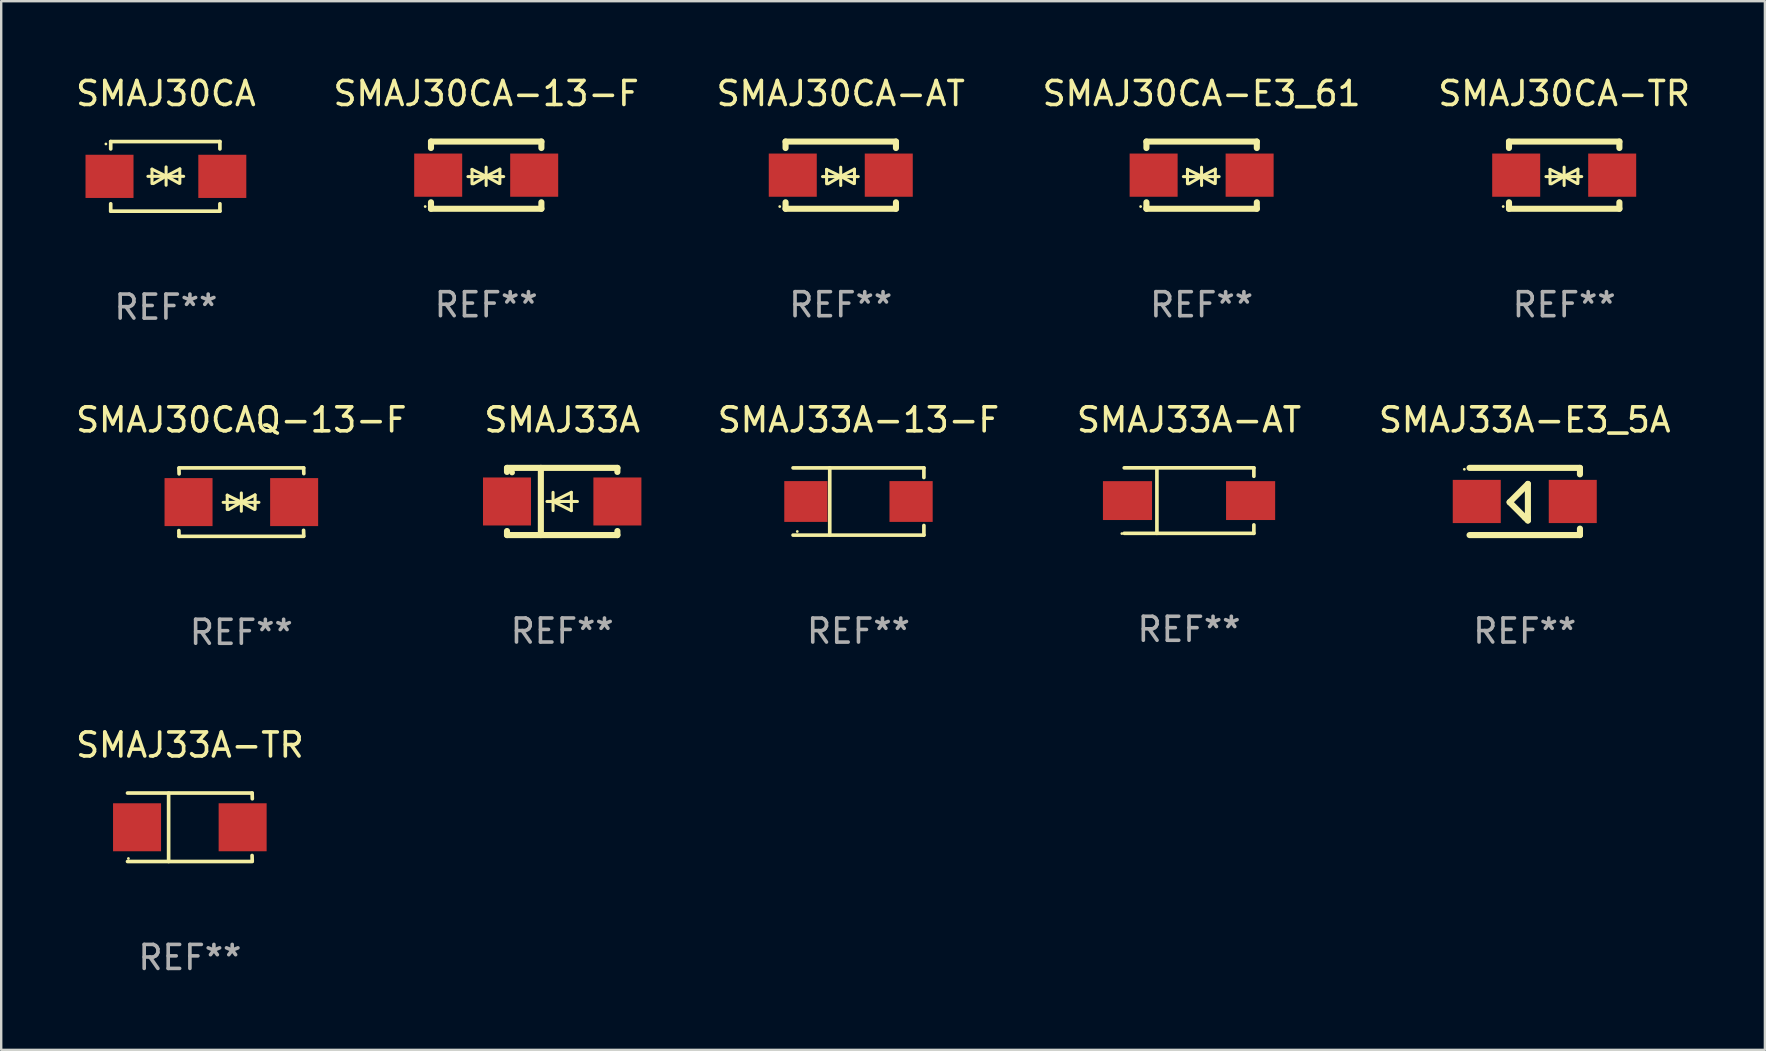
<source format=kicad_pcb>
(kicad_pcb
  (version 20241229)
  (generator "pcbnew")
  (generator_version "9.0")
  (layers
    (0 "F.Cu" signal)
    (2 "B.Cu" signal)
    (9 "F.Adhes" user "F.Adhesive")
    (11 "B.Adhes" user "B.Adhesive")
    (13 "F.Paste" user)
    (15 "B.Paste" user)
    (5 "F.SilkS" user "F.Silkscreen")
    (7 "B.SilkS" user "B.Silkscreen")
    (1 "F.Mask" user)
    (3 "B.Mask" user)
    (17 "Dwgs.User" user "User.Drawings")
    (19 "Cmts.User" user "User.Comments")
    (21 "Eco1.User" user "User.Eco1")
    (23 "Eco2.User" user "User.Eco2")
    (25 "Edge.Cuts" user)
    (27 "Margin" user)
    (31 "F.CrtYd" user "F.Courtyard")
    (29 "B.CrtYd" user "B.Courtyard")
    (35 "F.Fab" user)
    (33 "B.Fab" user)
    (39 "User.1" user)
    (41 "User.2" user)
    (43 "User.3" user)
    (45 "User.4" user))
  (footprint "SMAJ33A"
    (layer "F.Cu")
    (at 20.375 17.845)
    (property "Reference" "SMAJ33A" (at 0 -3.4 0) (layer "F.SilkS") (effects (font (size 1 1) (thickness 0.15))))
    (attr through_hole)
    (fp_line (start -2.3 -1.4) (end -2.3 -1.231) (stroke (width 0.254) (type solid)) (layer "F.SilkS"))
    (fp_line (start -2.3 -1.4) (end 2.3 -1.4) (stroke (width 0.254) (type solid)) (layer "F.SilkS"))
    (fp_line (start -2.3 1.231) (end -2.3 1.4) (stroke (width 0.254) (type solid)) (layer "F.SilkS"))
    (fp_line (start -2.3 1.4) (end 2.3 1.4) (stroke (width 0.254) (type solid)) (layer "F.SilkS"))
    (fp_line (start -0.889 1.4) (end -0.889 -1.4) (stroke (width 0.254) (type solid)) (layer "F.SilkS"))
    (fp_line (start -0.381 0) (end -0.381 -0.381) (stroke (width 0.127) (type solid)) (layer "F.SilkS"))
    (fp_line (start -0.381 0) (end -0.381 0.381) (stroke (width 0.127) (type solid)) (layer "F.SilkS"))
    (fp_line (start 0.381 -0.381) (end -0.381 0) (stroke (width 0.127) (type solid)) (layer "F.SilkS"))
    (fp_line (start 0.381 0) (end 0.381 -0.381) (stroke (width 0.127) (type solid)) (layer "F.SilkS"))
    (fp_line (start 0.381 0) (end 0.381 0.381) (stroke (width 0.127) (type solid)) (layer "F.SilkS"))
    (fp_line (start 0.381 0.381) (end -0.381 0) (stroke (width 0.127) (type solid)) (layer "F.SilkS"))
    (fp_line (start 0.635 0) (end -0.635 0) (stroke (width 0.127) (type solid)) (layer "F.SilkS"))
    (fp_line (start 2.3 -1.4) (end 2.3 -1.231) (stroke (width 0.254) (type solid)) (layer "F.SilkS"))
    (fp_line (start 2.3 1.231) (end 2.3 1.4) (stroke (width 0.254) (type solid)) (layer "F.SilkS"))
    (fp_circle (center -2.088 -1.208) (end -2.028 -1.208) (stroke (width 0.12) (type solid)) (fill no) (layer "F.SilkS"))
    (fp_text user "REF**" (at 0 5.4 0) (layer "F.Fab") (effects (font (size 1 1) (thickness 0.15))))
    (pad "1" smd rect (at -2.3 0 180) (size 2 2) (layers "F.Cu" "F.Mask" "F.Paste"))
    (pad "2" smd rect (at 2.3 0 180) (size 2 2) (layers "F.Cu" "F.Mask" "F.Paste")))
  (footprint "SMAJ33A-E3_5A"
    (layer "F.Cu")
    (at 60.482 17.845)
    (property "Reference" "SMAJ33A-E3_5A" (at 0 -3.4 0) (layer "F.SilkS") (effects (font (size 1 1) (thickness 0.15))))
    (attr through_hole)
    (fp_line (start -2.3 -1.4) (end 2.3 -1.4) (stroke (width 0.254) (type solid)) (layer "F.SilkS"))
    (fp_line (start -2.3 1.4) (end 2.3 1.4) (stroke (width 0.254) (type solid)) (layer "F.SilkS"))
    (fp_line (start -0.631 0.03) (end 0.131 -0.732) (stroke (width 0.254) (type solid)) (layer "F.SilkS"))
    (fp_line (start 0.004 0.665) (end -0.631 0.03) (stroke (width 0.254) (type solid)) (layer "F.SilkS"))
    (fp_line (start 0.131 -0.732) (end 0.131 0.665) (stroke (width 0.254) (type solid)) (layer "F.SilkS"))
    (fp_line (start 0.131 0.665) (end 0.131 0.792) (stroke (width 0.254) (type solid)) (layer "F.SilkS"))
    (fp_line (start 0.131 0.792) (end 0.004 0.665) (stroke (width 0.254) (type solid)) (layer "F.SilkS"))
    (fp_line (start 2.3 -1.4) (end 2.3 -1.131) (stroke (width 0.254) (type solid)) (layer "F.SilkS"))
    (fp_line (start 2.3 1.131) (end 2.3 1.4) (stroke (width 0.254) (type solid)) (layer "F.SilkS"))
    (fp_circle (center -2.517 -1.342) (end -2.487 -1.342) (stroke (width 0.06) (type solid)) (fill no) (layer "F.SilkS"))
    (fp_text user "REF**" (at 0 5.4 0) (layer "F.Fab") (effects (font (size 1 1) (thickness 0.15))))
    (pad "1" smd rect (at -2 -0.000127) (size 2 1.8) (layers "F.Cu" "F.Mask" "F.Paste"))
    (pad "2" smd rect (at 2 -0.000127) (size 2 1.8) (layers "F.Cu" "F.Mask" "F.Paste")))
  (footprint "SMAJ33A-AT"
    (layer "F.Cu")
    (at 46.494 17.808)
    (property "Reference" "SMAJ33A-AT" (at 0 -3.364 0) (layer "F.SilkS") (effects (font (size 1 1) (thickness 0.15))))
    (attr through_hole)
    (fp_line (start -2.701 -1.364) (end 2.701 -1.364) (stroke (width 0.152) (type solid)) (layer "F.SilkS"))
    (fp_line (start -2.701 1.364) (end 2.701 1.364) (stroke (width 0.152) (type solid)) (layer "F.SilkS"))
    (fp_line (start -1.339 -1.364) (end -1.339 1.364) (stroke (width 0.152) (type solid)) (layer "F.SilkS"))
    (fp_line (start 2.701 -1.364) (end 2.701 -1.013) (stroke (width 0.152) (type solid)) (layer "F.SilkS"))
    (fp_line (start 2.701 1.364) (end 2.701 1.013) (stroke (width 0.152) (type solid)) (layer "F.SilkS"))
    (fp_circle (center -2.8 1.375) (end -2.77 1.375) (stroke (width 0.06) (type solid)) (fill no) (layer "F.SilkS"))
    (fp_text user "REF**" (at 0 5.364 0) (layer "F.Fab") (effects (font (size 1 1) (thickness 0.15))))
    (pad "1" smd rect (at -2.565 -0.000025) (size 2.046 1.62) (layers "F.Cu" "F.Mask" "F.Paste"))
    (pad "2" smd rect (at 2.565 -0.000025) (size 2.046 1.62) (layers "F.Cu" "F.Mask" "F.Paste")))
  (footprint "SMAJ30CA-13-F"
    (layer "F.Cu")
    (at 17.208 4.248)
    (property "Reference" "SMAJ30CA-13-F" (at 0 -3.4 0) (layer "F.SilkS") (effects (font (size 1 1) (thickness 0.15))))
    (attr through_hole)
    (fp_line (start -2.3 -1.4) (end -2.3 -1.131) (stroke (width 0.254) (type solid)) (layer "F.SilkS"))
    (fp_line (start -2.3 -1.4) (end 2.3 -1.4) (stroke (width 0.254) (type solid)) (layer "F.SilkS"))
    (fp_line (start -2.3 1.131) (end -2.3 1.4) (stroke (width 0.254) (type solid)) (layer "F.SilkS"))
    (fp_line (start -2.3 1.4) (end 2.3 1.4) (stroke (width 0.254) (type solid)) (layer "F.SilkS"))
    (fp_line (start -0.76 0.06) (end 0.73 0.06) (stroke (width 0.127) (type solid)) (layer "F.SilkS"))
    (fp_line (start -0.59 -0.24) (end -0.59 0.36) (stroke (width 0.127) (type solid)) (layer "F.SilkS"))
    (fp_line (start -0.59 -0.24) (end -0.002 0.049) (stroke (width 0.127) (type solid)) (layer "F.SilkS"))
    (fp_line (start -0.53 0.36) (end -0.002 0.049) (stroke (width 0.127) (type solid)) (layer "F.SilkS"))
    (fp_line (start -0.002 0.049) (end -0.002 -0.332) (stroke (width 0.127) (type solid)) (layer "F.SilkS"))
    (fp_line (start -0.002 0.049) (end -0.002 0.43) (stroke (width 0.127) (type solid)) (layer "F.SilkS"))
    (fp_line (start 0.54 0.35) (end -0.002 0.049) (stroke (width 0.127) (type solid)) (layer "F.SilkS"))
    (fp_line (start 0.57 -0.25) (end -0.002 0.049) (stroke (width 0.127) (type solid)) (layer "F.SilkS"))
    (fp_line (start 0.57 -0.25) (end 0.57 0.35) (stroke (width 0.127) (type solid)) (layer "F.SilkS"))
    (fp_line (start 2.3 -1.4) (end 2.3 -1.131) (stroke (width 0.254) (type solid)) (layer "F.SilkS"))
    (fp_line (start 2.3 1.131) (end 2.3 1.4) (stroke (width 0.254) (type solid)) (layer "F.SilkS"))
    (fp_circle (center -2.542 1.308) (end -2.512 1.308) (stroke (width 0.06) (type solid)) (fill no) (layer "F.SilkS"))
    (fp_text user "REF**" (at 0 5.4 0) (layer "F.Fab") (effects (font (size 1 1) (thickness 0.15))))
    (pad "1" smd rect (at -2 0) (size 2 1.8) (layers "F.Cu" "F.Mask" "F.Paste"))
    (pad "2" smd rect (at 2 0) (size 2 1.8) (layers "F.Cu" "F.Mask" "F.Paste")))
  (footprint "SMAJ33A-13-F"
    (layer "F.Cu")
    (at 32.72 17.846)
    (property "Reference" "SMAJ33A-13-F" (at 0 -3.401 0) (layer "F.SilkS") (effects (font (size 1 1) (thickness 0.15))))
    (attr through_hole)
    (fp_line (start -2.726 -1.401) (end 2.726 -1.401) (stroke (width 0.152) (type solid)) (layer "F.SilkS"))
    (fp_line (start -2.726 1.401) (end 2.726 1.401) (stroke (width 0.152) (type solid)) (layer "F.SilkS"))
    (fp_line (start -1.197 -1.401) (end -1.197 1.401) (stroke (width 0.152) (type solid)) (layer "F.SilkS"))
    (fp_line (start 2.726 -1.401) (end 2.726 -1) (stroke (width 0.152) (type solid)) (layer "F.SilkS"))
    (fp_line (start 2.726 1.401) (end 2.726 1) (stroke (width 0.152) (type solid)) (layer "F.SilkS"))
    (fp_circle (center -2.55 1.25) (end -2.52 1.25) (stroke (width 0.06) (type solid)) (fill no) (layer "F.SilkS"))
    (fp_text user "REF**" (at 0 5.401 0) (layer "F.Fab") (effects (font (size 1 1) (thickness 0.15))))
    (pad "1" smd rect (at -2.192 0) (size 1.8 1.7) (layers "F.Cu" "F.Mask" "F.Paste"))
    (pad "2" smd rect (at 2.192 0) (size 1.8 1.7) (layers "F.Cu" "F.Mask" "F.Paste")))
  (footprint "SMAJ33A-TR"
    (layer "F.Cu")
    (at 4.863 31.42)
    (property "Reference" "SMAJ33A-TR" (at 0 -3.426 0) (layer "F.SilkS") (effects (font (size 1 1) (thickness 0.15))))
    (attr through_hole)
    (fp_line (start -2.6 -1.426) (end 2.593 -1.426) (stroke (width 0.152) (type solid)) (layer "F.SilkS"))
    (fp_line (start -2.6 1.426) (end 2.593 1.426) (stroke (width 0.152) (type solid)) (layer "F.SilkS"))
    (fp_line (start -0.887 -1.426) (end -0.887 1.426) (stroke (width 0.152) (type solid)) (layer "F.SilkS"))
    (fp_line (start 2.59 1.176) (end 2.597 1.415) (stroke (width 0.152) (type solid)) (layer "F.SilkS"))
    (fp_line (start 2.593 -1.426) (end 2.6 -1.187) (stroke (width 0.152) (type solid)) (layer "F.SilkS"))
    (fp_circle (center -2.563 1.3) (end -2.533 1.3) (stroke (width 0.06) (type solid)) (fill no) (layer "F.SilkS"))
    (fp_text user "REF**" (at 0 5.426 0) (layer "F.Fab") (effects (font (size 1 1) (thickness 0.15))))
    (pad "1" smd rect (at -2.203 -0.000025 180) (size 2 2) (layers "F.Cu" "F.Mask" "F.Paste"))
    (pad "2" smd rect (at 2.197 -0.000025 180) (size 2 2) (layers "F.Cu" "F.Mask" "F.Paste")))
  (footprint "SMAJ30CA-AT"
    (layer "F.Cu")
    (at 31.982 4.248)
    (property "Reference" "SMAJ30CA-AT" (at 0 -3.4 0) (layer "F.SilkS") (effects (font (size 1 1) (thickness 0.15))))
    (attr through_hole)
    (fp_line (start -2.3 -1.4) (end -2.3 -1.131) (stroke (width 0.254) (type solid)) (layer "F.SilkS"))
    (fp_line (start -2.3 -1.4) (end 2.3 -1.4) (stroke (width 0.254) (type solid)) (layer "F.SilkS"))
    (fp_line (start -2.3 1.131) (end -2.3 1.4) (stroke (width 0.254) (type solid)) (layer "F.SilkS"))
    (fp_line (start -2.3 1.4) (end 2.3 1.4) (stroke (width 0.254) (type solid)) (layer "F.SilkS"))
    (fp_line (start -0.76 0.06) (end 0.73 0.06) (stroke (width 0.127) (type solid)) (layer "F.SilkS"))
    (fp_line (start -0.59 -0.24) (end -0.59 0.36) (stroke (width 0.127) (type solid)) (layer "F.SilkS"))
    (fp_line (start -0.59 -0.24) (end -0.002 0.049) (stroke (width 0.127) (type solid)) (layer "F.SilkS"))
    (fp_line (start -0.53 0.36) (end -0.002 0.049) (stroke (width 0.127) (type solid)) (layer "F.SilkS"))
    (fp_line (start -0.002 0.049) (end -0.002 -0.332) (stroke (width 0.127) (type solid)) (layer "F.SilkS"))
    (fp_line (start -0.002 0.049) (end -0.002 0.43) (stroke (width 0.127) (type solid)) (layer "F.SilkS"))
    (fp_line (start 0.54 0.35) (end -0.002 0.049) (stroke (width 0.127) (type solid)) (layer "F.SilkS"))
    (fp_line (start 0.57 -0.25) (end -0.002 0.049) (stroke (width 0.127) (type solid)) (layer "F.SilkS"))
    (fp_line (start 0.57 -0.25) (end 0.57 0.35) (stroke (width 0.127) (type solid)) (layer "F.SilkS"))
    (fp_line (start 2.3 -1.4) (end 2.3 -1.131) (stroke (width 0.254) (type solid)) (layer "F.SilkS"))
    (fp_line (start 2.3 1.131) (end 2.3 1.4) (stroke (width 0.254) (type solid)) (layer "F.SilkS"))
    (fp_circle (center -2.542 1.308) (end -2.512 1.308) (stroke (width 0.06) (type solid)) (fill no) (layer "F.SilkS"))
    (fp_text user "REF**" (at 0 5.4 0) (layer "F.Fab") (effects (font (size 1 1) (thickness 0.15))))
    (pad "1" smd rect (at -2 0) (size 2 1.8) (layers "F.Cu" "F.Mask" "F.Paste"))
    (pad "2" smd rect (at 2 0) (size 2 1.8) (layers "F.Cu" "F.Mask" "F.Paste")))
  (footprint "SMAJ30CA"
    (layer "F.Cu")
    (at 3.863 4.298)
    (property "Reference" "SMAJ30CA" (at 0 -3.45 0) (layer "F.SilkS") (effects (font (size 1 1) (thickness 0.15))))
    (attr through_hole)
    (fp_line (start -2.3 -1.45) (end -2.3 -1.143) (stroke (width 0.152) (type solid)) (layer "F.SilkS"))
    (fp_line (start -2.3 -1.45) (end 2.25 -1.45) (stroke (width 0.152) (type solid)) (layer "F.SilkS"))
    (fp_line (start -2.3 1.45) (end -2.3 1.143) (stroke (width 0.152) (type solid)) (layer "F.SilkS"))
    (fp_line (start -0.75 0.000025) (end 0.74 0.000025) (stroke (width 0.127) (type solid)) (layer "F.SilkS"))
    (fp_line (start -0.58 -0.3) (end -0.58 0.3) (stroke (width 0.127) (type solid)) (layer "F.SilkS"))
    (fp_line (start -0.58 -0.3) (end 0.008 -0.011) (stroke (width 0.127) (type solid)) (layer "F.SilkS"))
    (fp_line (start -0.52 0.3) (end 0.008 -0.011) (stroke (width 0.127) (type solid)) (layer "F.SilkS"))
    (fp_line (start 0.008 -0.011) (end 0.008 -0.392) (stroke (width 0.127) (type solid)) (layer "F.SilkS"))
    (fp_line (start 0.008 -0.011) (end 0.008 0.37) (stroke (width 0.127) (type solid)) (layer "F.SilkS"))
    (fp_line (start 0.55 0.29) (end 0.008 -0.011) (stroke (width 0.127) (type solid)) (layer "F.SilkS"))
    (fp_line (start 0.58 -0.31) (end 0.008 -0.011) (stroke (width 0.127) (type solid)) (layer "F.SilkS"))
    (fp_line (start 0.58 -0.31) (end 0.58 0.29) (stroke (width 0.127) (type solid)) (layer "F.SilkS"))
    (fp_line (start 2.25 -1.45) (end 2.25 -1.143) (stroke (width 0.152) (type solid)) (layer "F.SilkS"))
    (fp_line (start 2.25 1.45) (end -2.3 1.45) (stroke (width 0.152) (type solid)) (layer "F.SilkS"))
    (fp_line (start 2.25 1.45) (end 2.25 1.143) (stroke (width 0.152) (type solid)) (layer "F.SilkS"))
    (fp_circle (center -2.5 -1.35) (end -2.47 -1.35) (stroke (width 0.06) (type solid)) (fill no) (layer "F.SilkS"))
    (fp_text user "REF**" (at 0 5.45 0) (layer "F.Fab") (effects (font (size 1 1) (thickness 0.15))))
    (pad "1" smd rect (at -2.35 -0.000025) (size 2 1.8) (layers "F.Cu" "F.Mask" "F.Paste"))
    (pad "2" smd rect (at 2.35 -0.000025) (size 2 1.8) (layers "F.Cu" "F.Mask" "F.Paste")))
  (footprint "SMAJ30CA-TR"
    (layer "F.Cu")
    (at 62.125 4.248)
    (property "Reference" "SMAJ30CA-TR" (at 0 -3.4 0) (layer "F.SilkS") (effects (font (size 1 1) (thickness 0.15))))
    (attr through_hole)
    (fp_line (start -2.3 -1.4) (end -2.3 -1.131) (stroke (width 0.254) (type solid)) (layer "F.SilkS"))
    (fp_line (start -2.3 -1.4) (end 2.3 -1.4) (stroke (width 0.254) (type solid)) (layer "F.SilkS"))
    (fp_line (start -2.3 1.131) (end -2.3 1.4) (stroke (width 0.254) (type solid)) (layer "F.SilkS"))
    (fp_line (start -2.3 1.4) (end 2.3 1.4) (stroke (width 0.254) (type solid)) (layer "F.SilkS"))
    (fp_line (start -0.76 0.06) (end 0.73 0.06) (stroke (width 0.127) (type solid)) (layer "F.SilkS"))
    (fp_line (start -0.59 -0.24) (end -0.59 0.36) (stroke (width 0.127) (type solid)) (layer "F.SilkS"))
    (fp_line (start -0.59 -0.24) (end -0.002 0.049) (stroke (width 0.127) (type solid)) (layer "F.SilkS"))
    (fp_line (start -0.53 0.36) (end -0.002 0.049) (stroke (width 0.127) (type solid)) (layer "F.SilkS"))
    (fp_line (start -0.002 0.049) (end -0.002 -0.332) (stroke (width 0.127) (type solid)) (layer "F.SilkS"))
    (fp_line (start -0.002 0.049) (end -0.002 0.43) (stroke (width 0.127) (type solid)) (layer "F.SilkS"))
    (fp_line (start 0.54 0.35) (end -0.002 0.049) (stroke (width 0.127) (type solid)) (layer "F.SilkS"))
    (fp_line (start 0.57 -0.25) (end -0.002 0.049) (stroke (width 0.127) (type solid)) (layer "F.SilkS"))
    (fp_line (start 0.57 -0.25) (end 0.57 0.35) (stroke (width 0.127) (type solid)) (layer "F.SilkS"))
    (fp_line (start 2.3 -1.4) (end 2.3 -1.131) (stroke (width 0.254) (type solid)) (layer "F.SilkS"))
    (fp_line (start 2.3 1.131) (end 2.3 1.4) (stroke (width 0.254) (type solid)) (layer "F.SilkS"))
    (fp_circle (center -2.542 1.308) (end -2.512 1.308) (stroke (width 0.06) (type solid)) (fill no) (layer "F.SilkS"))
    (fp_text user "REF**" (at 0 5.4 0) (layer "F.Fab") (effects (font (size 1 1) (thickness 0.15))))
    (pad "1" smd rect (at -2 0) (size 2 1.8) (layers "F.Cu" "F.Mask" "F.Paste"))
    (pad "2" smd rect (at 2 0) (size 2 1.8) (layers "F.Cu" "F.Mask" "F.Paste")))
  (footprint "SMAJ30CA-E3_61"
    (layer "F.Cu")
    (at 47.018 4.248)
    (property "Reference" "SMAJ30CA-E3_61" (at 0 -3.4 0) (layer "F.SilkS") (effects (font (size 1 1) (thickness 0.15))))
    (attr through_hole)
    (fp_line (start -2.3 -1.4) (end -2.3 -1.131) (stroke (width 0.254) (type solid)) (layer "F.SilkS"))
    (fp_line (start -2.3 -1.4) (end 2.3 -1.4) (stroke (width 0.254) (type solid)) (layer "F.SilkS"))
    (fp_line (start -2.3 1.131) (end -2.3 1.4) (stroke (width 0.254) (type solid)) (layer "F.SilkS"))
    (fp_line (start -2.3 1.4) (end 2.3 1.4) (stroke (width 0.254) (type solid)) (layer "F.SilkS"))
    (fp_line (start -0.76 0.06) (end 0.73 0.06) (stroke (width 0.127) (type solid)) (layer "F.SilkS"))
    (fp_line (start -0.59 -0.24) (end -0.59 0.36) (stroke (width 0.127) (type solid)) (layer "F.SilkS"))
    (fp_line (start -0.59 -0.24) (end -0.002 0.049) (stroke (width 0.127) (type solid)) (layer "F.SilkS"))
    (fp_line (start -0.53 0.36) (end -0.002 0.049) (stroke (width 0.127) (type solid)) (layer "F.SilkS"))
    (fp_line (start -0.002 0.049) (end -0.002 -0.332) (stroke (width 0.127) (type solid)) (layer "F.SilkS"))
    (fp_line (start -0.002 0.049) (end -0.002 0.43) (stroke (width 0.127) (type solid)) (layer "F.SilkS"))
    (fp_line (start 0.54 0.35) (end -0.002 0.049) (stroke (width 0.127) (type solid)) (layer "F.SilkS"))
    (fp_line (start 0.57 -0.25) (end -0.002 0.049) (stroke (width 0.127) (type solid)) (layer "F.SilkS"))
    (fp_line (start 0.57 -0.25) (end 0.57 0.35) (stroke (width 0.127) (type solid)) (layer "F.SilkS"))
    (fp_line (start 2.3 -1.4) (end 2.3 -1.131) (stroke (width 0.254) (type solid)) (layer "F.SilkS"))
    (fp_line (start 2.3 1.131) (end 2.3 1.4) (stroke (width 0.254) (type solid)) (layer "F.SilkS"))
    (fp_circle (center -2.542 1.308) (end -2.512 1.308) (stroke (width 0.06) (type solid)) (fill no) (layer "F.SilkS"))
    (fp_text user "REF**" (at 0 5.4 0) (layer "F.Fab") (effects (font (size 1 1) (thickness 0.15))))
    (pad "1" smd rect (at -2 0) (size 2 1.8) (layers "F.Cu" "F.Mask" "F.Paste"))
    (pad "2" smd rect (at 2 0) (size 2 1.8) (layers "F.Cu" "F.Mask" "F.Paste")))
  (footprint "SMAJ30CAQ-13-F"
    (layer "F.Cu")
    (at 7.006 17.871)
    (property "Reference" "SMAJ30CAQ-13-F" (at 0 -3.426 0) (layer "F.SilkS") (effects (font (size 1 1) (thickness 0.15))))
    (attr through_hole)
    (fp_line (start -2.596 -1.426) (end 2.596 -1.426) (stroke (width 0.152) (type solid)) (layer "F.SilkS"))
    (fp_line (start -2.596 1.426) (end -2.603 1.187) (stroke (width 0.152) (type solid)) (layer "F.SilkS"))
    (fp_line (start -2.596 1.426) (end 2.596 1.426) (stroke (width 0.152) (type solid)) (layer "F.SilkS"))
    (fp_line (start -2.593 -1.176) (end -2.6 -1.415) (stroke (width 0.152) (type solid)) (layer "F.SilkS"))
    (fp_line (start -0.758 0.011) (end 0.732 0.011) (stroke (width 0.127) (type solid)) (layer "F.SilkS"))
    (fp_line (start -0.588 -0.289) (end -0.588 0.311) (stroke (width 0.127) (type solid)) (layer "F.SilkS"))
    (fp_line (start -0.588 -0.289) (end 0 0) (stroke (width 0.127) (type solid)) (layer "F.SilkS"))
    (fp_line (start -0.528 0.311) (end 0 0) (stroke (width 0.127) (type solid)) (layer "F.SilkS"))
    (fp_line (start 0 0) (end 0 -0.381) (stroke (width 0.127) (type solid)) (layer "F.SilkS"))
    (fp_line (start 0 0) (end 0 0.381) (stroke (width 0.127) (type solid)) (layer "F.SilkS"))
    (fp_line (start 0.542 0.301) (end 0 0) (stroke (width 0.127) (type solid)) (layer "F.SilkS"))
    (fp_line (start 0.572 -0.299) (end 0 0) (stroke (width 0.127) (type solid)) (layer "F.SilkS"))
    (fp_line (start 0.572 -0.299) (end 0.572 0.301) (stroke (width 0.127) (type solid)) (layer "F.SilkS"))
    (fp_line (start 2.593 1.176) (end 2.6 1.415) (stroke (width 0.152) (type solid)) (layer "F.SilkS"))
    (fp_line (start 2.596 -1.426) (end 2.603 -1.187) (stroke (width 0.152) (type solid)) (layer "F.SilkS"))
    (fp_circle (center -2.605 1.3) (end -2.575 1.3) (stroke (width 0.06) (type solid)) (fill no) (layer "F.SilkS"))
    (fp_text user "REF**" (at 0 5.426 0) (layer "F.Fab") (effects (font (size 1 1) (thickness 0.15))))
    (pad "1" smd rect (at -2.2 0 180) (size 2 2) (layers "F.Cu" "F.Mask" "F.Paste"))
    (pad "2" smd rect (at 2.2 0 180) (size 2 2) (layers "F.Cu" "F.Mask" "F.Paste")))
  (gr_rect
    (start -3 -3)
    (end 70.488 40.694)
    (stroke (width 0.1) (type default))
    (fill no)
    (layer "Edge.Cuts")))
</source>
